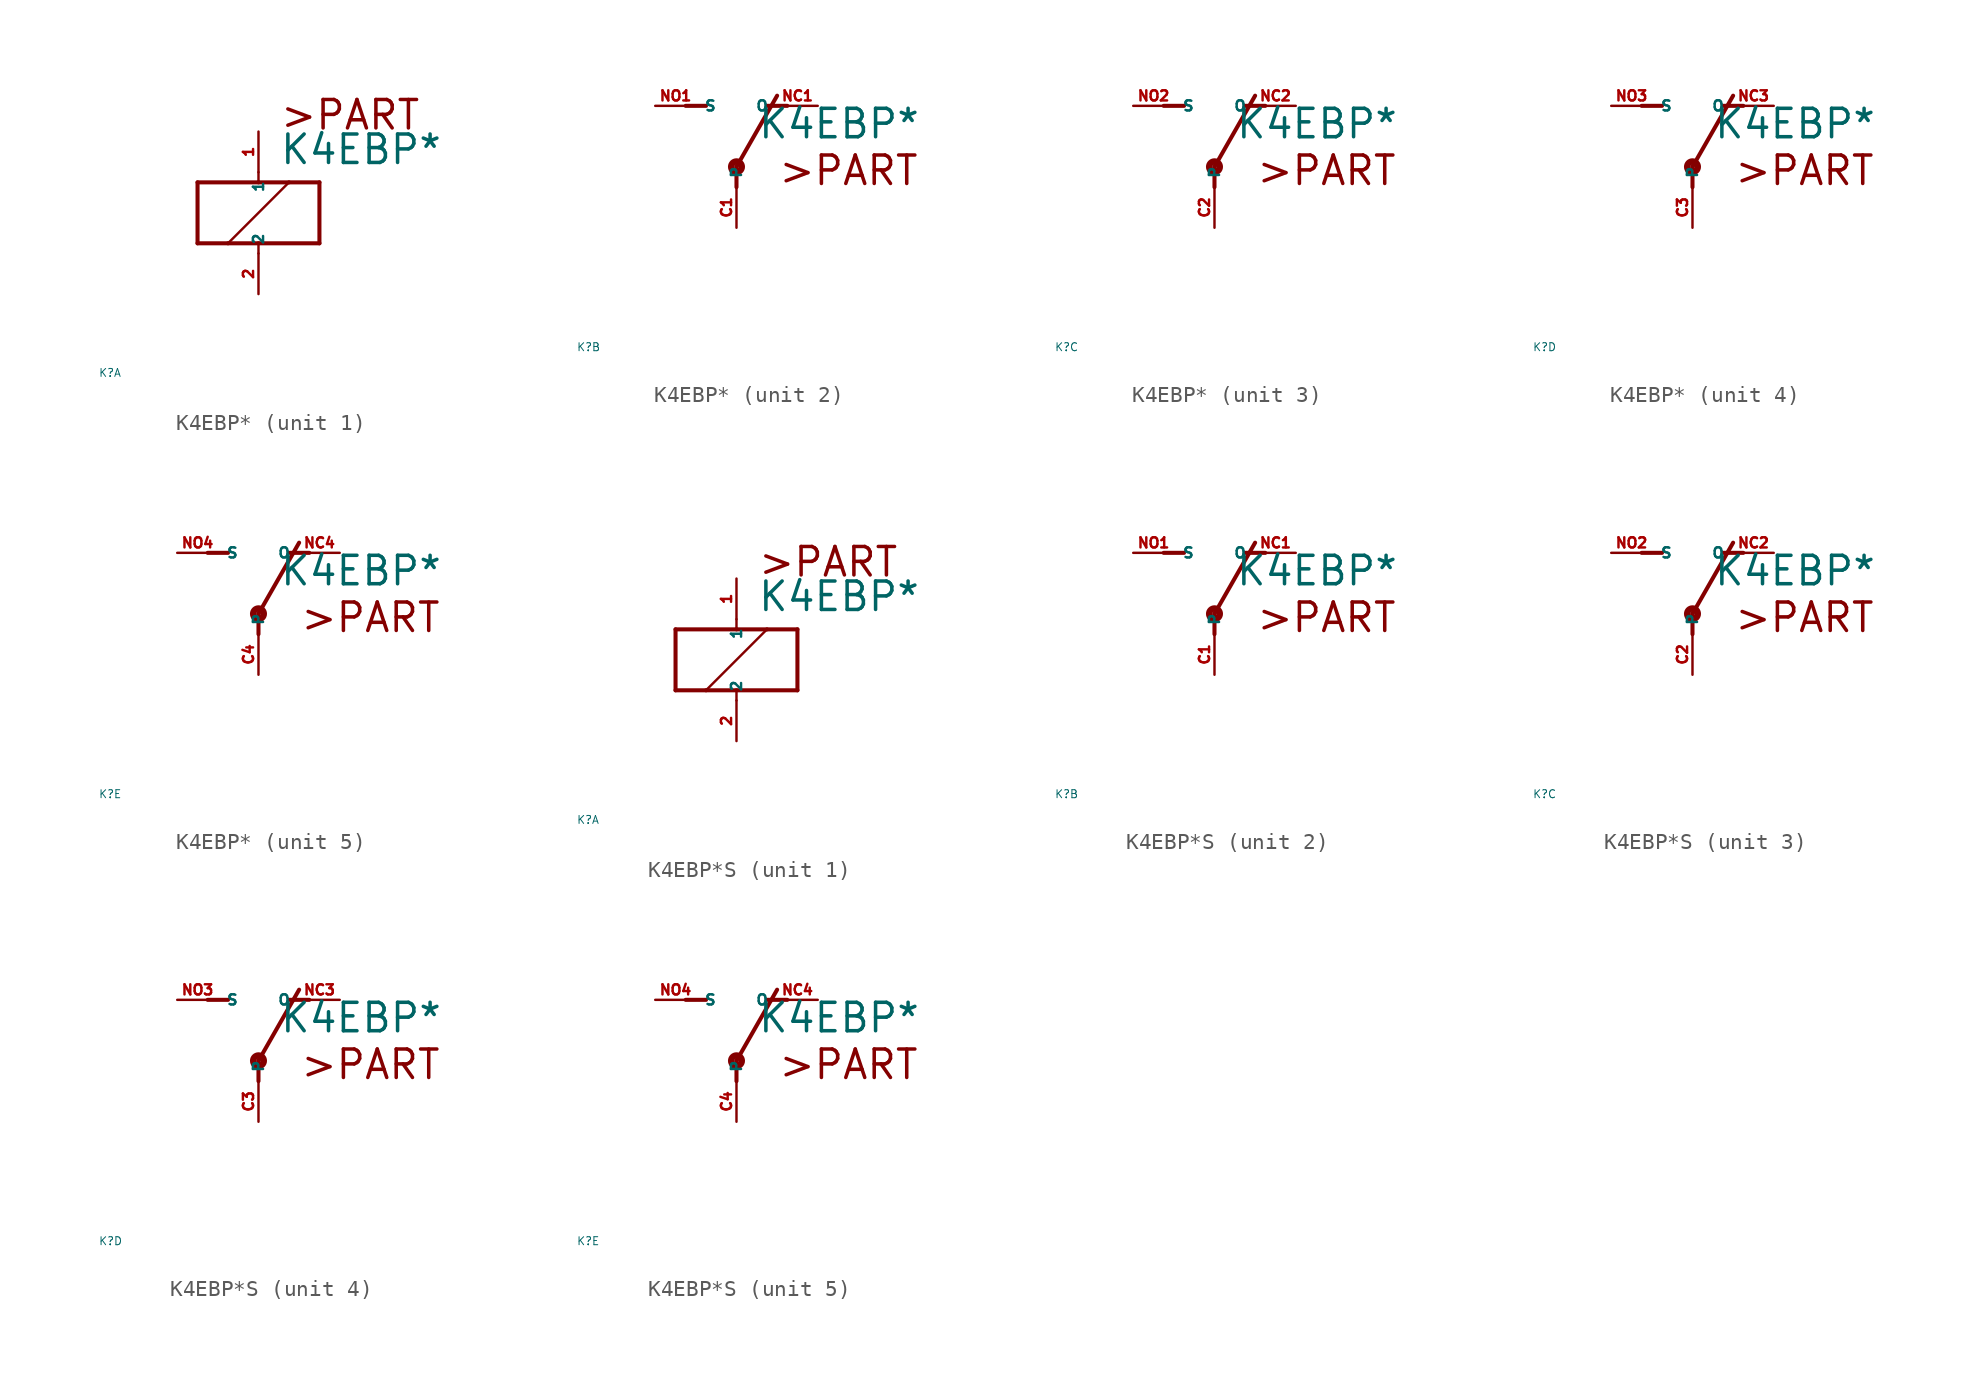
<source format=kicad_sym>
(kicad_symbol_lib
  (version 20220914)
  (generator Eagle2Kicad)
  (symbol "K4EBP*"
    (property "Reference" "K"
      (at -10 -10 0)
      (effects (font (size 0.5 0.5) (thickness 0.06)) (justify left)))
    (property "Value" "K4EBP*"
      (at 1.27 2.921 0)
      (effects (font (size 1.778 1.778) (thickness 0.22)) (justify left bottom)))
    (symbol "K4EBP*_1_0"
      (polyline (pts (xy -3.81 -1.905) (xy -1.905 -1.905)) (stroke (width 0.254) (type default)) (fill (type none)))
      (polyline (pts (xy 3.81 -1.905) (xy 3.81 1.905)) (stroke (width 0.254) (type default)) (fill (type none)))
      (polyline (pts (xy 3.81 1.905) (xy 1.905 1.905)) (stroke (width 0.254) (type default)) (fill (type none)))
      (polyline (pts (xy -3.81 1.905) (xy -3.81 -1.905)) (stroke (width 0.254) (type default)) (fill (type none)))
      (polyline (pts (xy 0 -2.54) (xy 0 -1.905)) (stroke (width 0.152) (type default)) (fill (type none)))
      (polyline (pts (xy 0 -1.905) (xy 3.81 -1.905)) (stroke (width 0.254) (type default)) (fill (type none)))
      (polyline (pts (xy 0 2.54) (xy 0 1.905)) (stroke (width 0.152) (type default)) (fill (type none)))
      (polyline (pts (xy 0 1.905) (xy -3.81 1.905)) (stroke (width 0.254) (type default)) (fill (type none)))
      (polyline (pts (xy -1.905 -1.905) (xy 1.905 1.905)) (stroke (width 0.152) (type default)) (fill (type none)))
      (polyline (pts (xy -1.905 -1.905) (xy 0 -1.905)) (stroke (width 0.254) (type default)) (fill (type none)))
      (polyline (pts (xy 1.905 1.905) (xy 0 1.905)) (stroke (width 0.254) (type default)) (fill (type none)))
      (text ">PART" (at 1.27 5.08 0) (effects (font (size 1.778 1.778) (thickness 0.22)) (justify left bottom)))
      (pin passive line (at 0 -5.08 90) (length 2.54) (name "2" (effects (font (size 0.635 0.635) (thickness 0.08)) (justify left bottom))) (number "2" (effects (font (size 0.635 0.635) (thickness 0.08)) (justify left bottom))))
      (pin passive line (at 0 5.08 270) (length 2.54) (name "1" (effects (font (size 0.635 0.635) (thickness 0.08)) (justify left bottom))) (number "1" (effects (font (size 0.635 0.635) (thickness 0.08)) (justify left bottom)))))
    (symbol "K4EBP*_2_0"
      (polyline (pts (xy 3.175 5.08) (xy 1.905 5.08)) (stroke (width 0.254) (type default)) (fill (type none)))
      (polyline (pts (xy -3.175 5.08) (xy -1.905 5.08)) (stroke (width 0.254) (type default)) (fill (type none)))
      (polyline (pts (xy 0 1.27) (xy 2.54 5.715)) (stroke (width 0.254) (type default)) (fill (type none)))
      (polyline (pts (xy 0 1.27) (xy 0 0)) (stroke (width 0.254) (type default)) (fill (type none)))
      (text ">PART" (at 2.54 0 0) (effects (font (size 1.778 1.778) (thickness 0.22)) (justify left bottom)))
      (circle (center 0 1.27) (radius 0.127) (stroke (width 0.406) (type default)) (fill (type none)))
      (pin passive line (at 5.08 5.08 180) (length 2.54) (name "O" (effects (font (size 0.635 0.635) (thickness 0.08)) (justify left bottom))) (number "NC1" (effects (font (size 0.635 0.635) (thickness 0.08)) (justify left bottom))))
      (pin passive line (at -5.08 5.08 0) (length 2.54) (name "S" (effects (font (size 0.635 0.635) (thickness 0.08)) (justify left bottom))) (number "NO1" (effects (font (size 0.635 0.635) (thickness 0.08)) (justify left bottom))))
      (pin passive line (at 0 -2.54 90) (length 2.54) (name "P" (effects (font (size 0.635 0.635) (thickness 0.08)) (justify left bottom))) (number "C1" (effects (font (size 0.635 0.635) (thickness 0.08)) (justify left bottom)))))
    (symbol "K4EBP*_3_0"
      (polyline (pts (xy 3.175 5.08) (xy 1.905 5.08)) (stroke (width 0.254) (type default)) (fill (type none)))
      (polyline (pts (xy -3.175 5.08) (xy -1.905 5.08)) (stroke (width 0.254) (type default)) (fill (type none)))
      (polyline (pts (xy 0 1.27) (xy 2.54 5.715)) (stroke (width 0.254) (type default)) (fill (type none)))
      (polyline (pts (xy 0 1.27) (xy 0 0)) (stroke (width 0.254) (type default)) (fill (type none)))
      (text ">PART" (at 2.54 0 0) (effects (font (size 1.778 1.778) (thickness 0.22)) (justify left bottom)))
      (circle (center 0 1.27) (radius 0.127) (stroke (width 0.406) (type default)) (fill (type none)))
      (pin passive line (at 5.08 5.08 180) (length 2.54) (name "O" (effects (font (size 0.635 0.635) (thickness 0.08)) (justify left bottom))) (number "NC2" (effects (font (size 0.635 0.635) (thickness 0.08)) (justify left bottom))))
      (pin passive line (at -5.08 5.08 0) (length 2.54) (name "S" (effects (font (size 0.635 0.635) (thickness 0.08)) (justify left bottom))) (number "NO2" (effects (font (size 0.635 0.635) (thickness 0.08)) (justify left bottom))))
      (pin passive line (at 0 -2.54 90) (length 2.54) (name "P" (effects (font (size 0.635 0.635) (thickness 0.08)) (justify left bottom))) (number "C2" (effects (font (size 0.635 0.635) (thickness 0.08)) (justify left bottom)))))
    (symbol "K4EBP*_4_0"
      (polyline (pts (xy 3.175 5.08) (xy 1.905 5.08)) (stroke (width 0.254) (type default)) (fill (type none)))
      (polyline (pts (xy -3.175 5.08) (xy -1.905 5.08)) (stroke (width 0.254) (type default)) (fill (type none)))
      (polyline (pts (xy 0 1.27) (xy 2.54 5.715)) (stroke (width 0.254) (type default)) (fill (type none)))
      (polyline (pts (xy 0 1.27) (xy 0 0)) (stroke (width 0.254) (type default)) (fill (type none)))
      (text ">PART" (at 2.54 0 0) (effects (font (size 1.778 1.778) (thickness 0.22)) (justify left bottom)))
      (circle (center 0 1.27) (radius 0.127) (stroke (width 0.406) (type default)) (fill (type none)))
      (pin passive line (at 5.08 5.08 180) (length 2.54) (name "O" (effects (font (size 0.635 0.635) (thickness 0.08)) (justify left bottom))) (number "NC3" (effects (font (size 0.635 0.635) (thickness 0.08)) (justify left bottom))))
      (pin passive line (at -5.08 5.08 0) (length 2.54) (name "S" (effects (font (size 0.635 0.635) (thickness 0.08)) (justify left bottom))) (number "NO3" (effects (font (size 0.635 0.635) (thickness 0.08)) (justify left bottom))))
      (pin passive line (at 0 -2.54 90) (length 2.54) (name "P" (effects (font (size 0.635 0.635) (thickness 0.08)) (justify left bottom))) (number "C3" (effects (font (size 0.635 0.635) (thickness 0.08)) (justify left bottom)))))
    (symbol "K4EBP*_5_0"
      (polyline (pts (xy 3.175 5.08) (xy 1.905 5.08)) (stroke (width 0.254) (type default)) (fill (type none)))
      (polyline (pts (xy -3.175 5.08) (xy -1.905 5.08)) (stroke (width 0.254) (type default)) (fill (type none)))
      (polyline (pts (xy 0 1.27) (xy 2.54 5.715)) (stroke (width 0.254) (type default)) (fill (type none)))
      (polyline (pts (xy 0 1.27) (xy 0 0)) (stroke (width 0.254) (type default)) (fill (type none)))
      (text ">PART" (at 2.54 0 0) (effects (font (size 1.778 1.778) (thickness 0.22)) (justify left bottom)))
      (circle (center 0 1.27) (radius 0.127) (stroke (width 0.406) (type default)) (fill (type none)))
      (pin passive line (at 5.08 5.08 180) (length 2.54) (name "O" (effects (font (size 0.635 0.635) (thickness 0.08)) (justify left bottom))) (number "NC4" (effects (font (size 0.635 0.635) (thickness 0.08)) (justify left bottom))))
      (pin passive line (at -5.08 5.08 0) (length 2.54) (name "S" (effects (font (size 0.635 0.635) (thickness 0.08)) (justify left bottom))) (number "NO4" (effects (font (size 0.635 0.635) (thickness 0.08)) (justify left bottom))))
      (pin passive line (at 0 -2.54 90) (length 2.54) (name "P" (effects (font (size 0.635 0.635) (thickness 0.08)) (justify left bottom))) (number "C4" (effects (font (size 0.635 0.635) (thickness 0.08)) (justify left bottom))))))
  (symbol "K4EBP*S"
    (property "Reference" "K"
      (at -10 -10 0)
      (effects (font (size 0.5 0.5) (thickness 0.06)) (justify left)))
    (property "Value" "K4EBP*"
      (at 1.27 2.921 0)
      (effects (font (size 1.778 1.778) (thickness 0.22)) (justify left bottom)))
    (symbol "K4EBP*S_1_0"
      (polyline (pts (xy -3.81 -1.905) (xy -1.905 -1.905)) (stroke (width 0.254) (type default)) (fill (type none)))
      (polyline (pts (xy 3.81 -1.905) (xy 3.81 1.905)) (stroke (width 0.254) (type default)) (fill (type none)))
      (polyline (pts (xy 3.81 1.905) (xy 1.905 1.905)) (stroke (width 0.254) (type default)) (fill (type none)))
      (polyline (pts (xy -3.81 1.905) (xy -3.81 -1.905)) (stroke (width 0.254) (type default)) (fill (type none)))
      (polyline (pts (xy 0 -2.54) (xy 0 -1.905)) (stroke (width 0.152) (type default)) (fill (type none)))
      (polyline (pts (xy 0 -1.905) (xy 3.81 -1.905)) (stroke (width 0.254) (type default)) (fill (type none)))
      (polyline (pts (xy 0 2.54) (xy 0 1.905)) (stroke (width 0.152) (type default)) (fill (type none)))
      (polyline (pts (xy 0 1.905) (xy -3.81 1.905)) (stroke (width 0.254) (type default)) (fill (type none)))
      (polyline (pts (xy -1.905 -1.905) (xy 1.905 1.905)) (stroke (width 0.152) (type default)) (fill (type none)))
      (polyline (pts (xy -1.905 -1.905) (xy 0 -1.905)) (stroke (width 0.254) (type default)) (fill (type none)))
      (polyline (pts (xy 1.905 1.905) (xy 0 1.905)) (stroke (width 0.254) (type default)) (fill (type none)))
      (text ">PART" (at 1.27 5.08 0) (effects (font (size 1.778 1.778) (thickness 0.22)) (justify left bottom)))
      (pin passive line (at 0 -5.08 90) (length 2.54) (name "2" (effects (font (size 0.635 0.635) (thickness 0.08)) (justify left bottom))) (number "2" (effects (font (size 0.635 0.635) (thickness 0.08)) (justify left bottom))))
      (pin passive line (at 0 5.08 270) (length 2.54) (name "1" (effects (font (size 0.635 0.635) (thickness 0.08)) (justify left bottom))) (number "1" (effects (font (size 0.635 0.635) (thickness 0.08)) (justify left bottom)))))
    (symbol "K4EBP*S_2_0"
      (polyline (pts (xy 3.175 5.08) (xy 1.905 5.08)) (stroke (width 0.254) (type default)) (fill (type none)))
      (polyline (pts (xy -3.175 5.08) (xy -1.905 5.08)) (stroke (width 0.254) (type default)) (fill (type none)))
      (polyline (pts (xy 0 1.27) (xy 2.54 5.715)) (stroke (width 0.254) (type default)) (fill (type none)))
      (polyline (pts (xy 0 1.27) (xy 0 0)) (stroke (width 0.254) (type default)) (fill (type none)))
      (text ">PART" (at 2.54 0 0) (effects (font (size 1.778 1.778) (thickness 0.22)) (justify left bottom)))
      (circle (center 0 1.27) (radius 0.127) (stroke (width 0.406) (type default)) (fill (type none)))
      (pin passive line (at 5.08 5.08 180) (length 2.54) (name "O" (effects (font (size 0.635 0.635) (thickness 0.08)) (justify left bottom))) (number "NC1" (effects (font (size 0.635 0.635) (thickness 0.08)) (justify left bottom))))
      (pin passive line (at -5.08 5.08 0) (length 2.54) (name "S" (effects (font (size 0.635 0.635) (thickness 0.08)) (justify left bottom))) (number "NO1" (effects (font (size 0.635 0.635) (thickness 0.08)) (justify left bottom))))
      (pin passive line (at 0 -2.54 90) (length 2.54) (name "P" (effects (font (size 0.635 0.635) (thickness 0.08)) (justify left bottom))) (number "C1" (effects (font (size 0.635 0.635) (thickness 0.08)) (justify left bottom)))))
    (symbol "K4EBP*S_3_0"
      (polyline (pts (xy 3.175 5.08) (xy 1.905 5.08)) (stroke (width 0.254) (type default)) (fill (type none)))
      (polyline (pts (xy -3.175 5.08) (xy -1.905 5.08)) (stroke (width 0.254) (type default)) (fill (type none)))
      (polyline (pts (xy 0 1.27) (xy 2.54 5.715)) (stroke (width 0.254) (type default)) (fill (type none)))
      (polyline (pts (xy 0 1.27) (xy 0 0)) (stroke (width 0.254) (type default)) (fill (type none)))
      (text ">PART" (at 2.54 0 0) (effects (font (size 1.778 1.778) (thickness 0.22)) (justify left bottom)))
      (circle (center 0 1.27) (radius 0.127) (stroke (width 0.406) (type default)) (fill (type none)))
      (pin passive line (at 5.08 5.08 180) (length 2.54) (name "O" (effects (font (size 0.635 0.635) (thickness 0.08)) (justify left bottom))) (number "NC2" (effects (font (size 0.635 0.635) (thickness 0.08)) (justify left bottom))))
      (pin passive line (at -5.08 5.08 0) (length 2.54) (name "S" (effects (font (size 0.635 0.635) (thickness 0.08)) (justify left bottom))) (number "NO2" (effects (font (size 0.635 0.635) (thickness 0.08)) (justify left bottom))))
      (pin passive line (at 0 -2.54 90) (length 2.54) (name "P" (effects (font (size 0.635 0.635) (thickness 0.08)) (justify left bottom))) (number "C2" (effects (font (size 0.635 0.635) (thickness 0.08)) (justify left bottom)))))
    (symbol "K4EBP*S_4_0"
      (polyline (pts (xy 3.175 5.08) (xy 1.905 5.08)) (stroke (width 0.254) (type default)) (fill (type none)))
      (polyline (pts (xy -3.175 5.08) (xy -1.905 5.08)) (stroke (width 0.254) (type default)) (fill (type none)))
      (polyline (pts (xy 0 1.27) (xy 2.54 5.715)) (stroke (width 0.254) (type default)) (fill (type none)))
      (polyline (pts (xy 0 1.27) (xy 0 0)) (stroke (width 0.254) (type default)) (fill (type none)))
      (text ">PART" (at 2.54 0 0) (effects (font (size 1.778 1.778) (thickness 0.22)) (justify left bottom)))
      (circle (center 0 1.27) (radius 0.127) (stroke (width 0.406) (type default)) (fill (type none)))
      (pin passive line (at 5.08 5.08 180) (length 2.54) (name "O" (effects (font (size 0.635 0.635) (thickness 0.08)) (justify left bottom))) (number "NC3" (effects (font (size 0.635 0.635) (thickness 0.08)) (justify left bottom))))
      (pin passive line (at -5.08 5.08 0) (length 2.54) (name "S" (effects (font (size 0.635 0.635) (thickness 0.08)) (justify left bottom))) (number "NO3" (effects (font (size 0.635 0.635) (thickness 0.08)) (justify left bottom))))
      (pin passive line (at 0 -2.54 90) (length 2.54) (name "P" (effects (font (size 0.635 0.635) (thickness 0.08)) (justify left bottom))) (number "C3" (effects (font (size 0.635 0.635) (thickness 0.08)) (justify left bottom)))))
    (symbol "K4EBP*S_5_0"
      (polyline (pts (xy 3.175 5.08) (xy 1.905 5.08)) (stroke (width 0.254) (type default)) (fill (type none)))
      (polyline (pts (xy -3.175 5.08) (xy -1.905 5.08)) (stroke (width 0.254) (type default)) (fill (type none)))
      (polyline (pts (xy 0 1.27) (xy 2.54 5.715)) (stroke (width 0.254) (type default)) (fill (type none)))
      (polyline (pts (xy 0 1.27) (xy 0 0)) (stroke (width 0.254) (type default)) (fill (type none)))
      (text ">PART" (at 2.54 0 0) (effects (font (size 1.778 1.778) (thickness 0.22)) (justify left bottom)))
      (circle (center 0 1.27) (radius 0.127) (stroke (width 0.406) (type default)) (fill (type none)))
      (pin passive line (at 5.08 5.08 180) (length 2.54) (name "O" (effects (font (size 0.635 0.635) (thickness 0.08)) (justify left bottom))) (number "NC4" (effects (font (size 0.635 0.635) (thickness 0.08)) (justify left bottom))))
      (pin passive line (at -5.08 5.08 0) (length 2.54) (name "S" (effects (font (size 0.635 0.635) (thickness 0.08)) (justify left bottom))) (number "NO4" (effects (font (size 0.635 0.635) (thickness 0.08)) (justify left bottom))))
      (pin passive line (at 0 -2.54 90) (length 2.54) (name "P" (effects (font (size 0.635 0.635) (thickness 0.08)) (justify left bottom))) (number "C4" (effects (font (size 0.635 0.635) (thickness 0.08)) (justify left bottom)))))))
</source>
